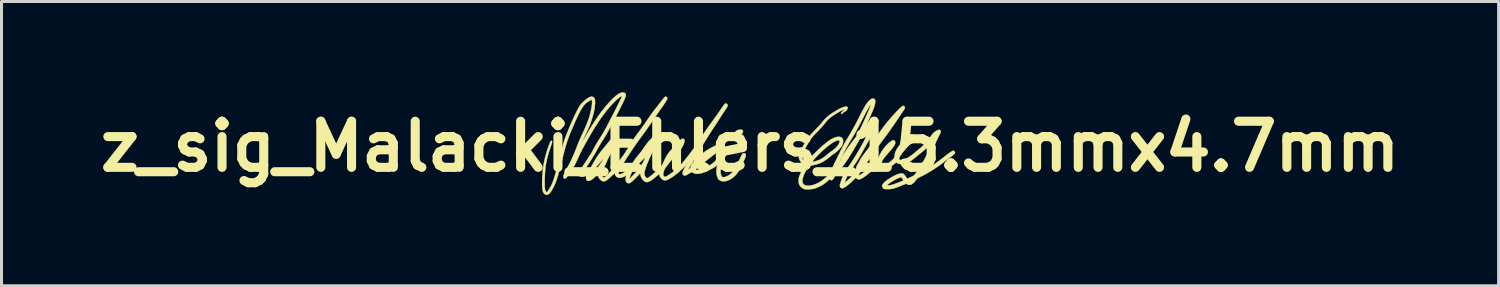
<source format=kicad_pcb>
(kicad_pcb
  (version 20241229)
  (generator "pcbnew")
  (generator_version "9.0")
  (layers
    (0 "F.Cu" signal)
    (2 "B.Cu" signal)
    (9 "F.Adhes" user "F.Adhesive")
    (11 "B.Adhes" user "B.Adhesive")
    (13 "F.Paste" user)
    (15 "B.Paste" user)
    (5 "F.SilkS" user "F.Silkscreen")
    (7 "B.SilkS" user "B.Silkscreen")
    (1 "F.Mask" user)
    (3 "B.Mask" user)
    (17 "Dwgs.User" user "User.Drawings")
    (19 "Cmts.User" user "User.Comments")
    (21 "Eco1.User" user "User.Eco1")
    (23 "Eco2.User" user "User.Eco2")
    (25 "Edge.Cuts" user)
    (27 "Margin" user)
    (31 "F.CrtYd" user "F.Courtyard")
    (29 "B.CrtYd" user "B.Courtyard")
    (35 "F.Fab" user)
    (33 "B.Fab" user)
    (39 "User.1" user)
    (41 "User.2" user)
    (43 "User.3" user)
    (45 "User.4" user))
  (footprint "z_sig_Malacki_Ehlers_15.3mmx4.7mm"
    (layer "F.Cu")
    (at 21.742 1.792)
    (property "Reference" "z_sig_Malacki_Ehlers_15.3mmx4.7mm" (at 0 0 0) (layer "F.SilkS") (effects (font (size 1.524 1.524) (thickness 0.3))))
    (attr through_hole)
    (fp_poly (pts (xy -0.265 -0.551) (xy -0.237 -0.529) (xy -0.231 -0.492) (xy -0.234 -0.475) (xy -0.251 -0.439) (xy -0.277 -0.412) (xy -0.308 -0.396) (xy -0.337 -0.393) (xy -0.359 -0.406) (xy -0.365 -0.42) (xy -0.375 -0.438) (xy -0.397 -0.44) (xy -0.406 -0.438) (xy -0.438 -0.44) (xy -0.466 -0.454) (xy -0.482 -0.475) (xy -0.482 -0.48) (xy -0.47 -0.506) (xy -0.438 -0.529) (xy -0.393 -0.547) (xy -0.34 -0.557) (xy -0.312 -0.559) (xy -0.265 -0.551)) (stroke (width 0.01) (type solid)) (fill yes) (layer "F.SilkS"))
    (fp_poly (pts (xy 4.105 -1.576) (xy 4.119 -1.564) (xy 4.136 -1.528) (xy 4.139 -1.474) (xy 4.13 -1.404) (xy 4.109 -1.322) (xy 4.104 -1.307) (xy 4.088 -1.265) (xy 4.064 -1.204) (xy 4.033 -1.13) (xy 3.998 -1.048) (xy 3.96 -0.961) (xy 3.922 -0.875) (xy 3.886 -0.795) (xy 3.854 -0.725) (xy 3.828 -0.67) (xy 3.821 -0.658) (xy 3.807 -0.626) (xy 3.8 -0.606) (xy 3.801 -0.602) (xy 3.814 -0.604) (xy 3.844 -0.614) (xy 3.885 -0.629) (xy 3.885 -0.629) (xy 3.929 -0.646) (xy 3.956 -0.654) (xy 3.975 -0.652) (xy 3.993 -0.643) (xy 3.995 -0.642) (xy 4.025 -0.608) (xy 4.038 -0.557) (xy 4.037 -0.491) (xy 4.019 -0.413) (xy 3.988 -0.324) (xy 3.942 -0.228) (xy 3.915 -0.181) (xy 3.89 -0.139) (xy 3.857 -0.081) (xy 3.82 -0.013) (xy 3.781 0.057) (xy 3.767 0.083) (xy 3.699 0.205) (xy 3.64 0.309) (xy 3.587 0.4) (xy 3.535 0.483) (xy 3.483 0.563) (xy 3.427 0.645) (xy 3.397 0.688) (xy 3.344 0.763) (xy 3.303 0.822) (xy 3.271 0.87) (xy 3.246 0.911) (xy 3.225 0.951) (xy 3.205 0.995) (xy 3.184 1.046) (xy 3.158 1.11) (xy 3.148 1.134) (xy 3.124 1.196) (xy 3.202 1.135) (xy 3.301 1.048) (xy 3.382 0.962) (xy 3.443 0.877) (xy 3.481 0.796) (xy 3.486 0.781) (xy 3.505 0.726) (xy 3.533 0.657) (xy 3.569 0.58) (xy 3.607 0.501) (xy 3.646 0.428) (xy 3.682 0.368) (xy 3.704 0.334) (xy 3.728 0.301) (xy 3.764 0.254) (xy 3.808 0.196) (xy 3.856 0.133) (xy 3.889 0.089) (xy 3.938 0.024) (xy 3.997 -0.057) (xy 4.06 -0.147) (xy 4.123 -0.239) (xy 4.182 -0.326) (xy 4.195 -0.346) (xy 4.339 -0.552) (xy 4.493 -0.755) (xy 4.561 -0.838) (xy 4.634 -0.923) (xy 4.706 -1.006) (xy 4.778 -1.085) (xy 4.846 -1.157) (xy 4.908 -1.221) (xy 4.962 -1.274) (xy 5.006 -1.314) (xy 5.038 -1.339) (xy 5.054 -1.346) (xy 5.082 -1.339) (xy 5.095 -1.33) (xy 5.114 -1.31) (xy 5.121 -1.287) (xy 5.114 -1.258) (xy 5.092 -1.217) (xy 5.061 -1.172) (xy 5.028 -1.125) (xy 4.987 -1.063) (xy 4.941 -0.994) (xy 4.895 -0.925) (xy 4.88 -0.904) (xy 4.796 -0.777) (xy 4.702 -0.642) (xy 4.606 -0.506) (xy 4.511 -0.375) (xy 4.423 -0.258) (xy 4.411 -0.241) (xy 4.36 -0.174) (xy 4.304 -0.095) (xy 4.249 -0.018) (xy 4.215 0.032) (xy 4.179 0.085) (xy 4.137 0.146) (xy 4.088 0.216) (xy 4.031 0.298) (xy 3.965 0.393) (xy 3.887 0.502) (xy 3.797 0.63) (xy 3.714 0.747) (xy 3.663 0.821) (xy 3.626 0.877) (xy 3.604 0.916) (xy 3.594 0.94) (xy 3.597 0.951) (xy 3.602 0.953) (xy 3.622 0.945) (xy 3.656 0.925) (xy 3.701 0.895) (xy 3.751 0.86) (xy 3.802 0.821) (xy 3.835 0.794) (xy 3.889 0.749) (xy 3.948 0.701) (xy 4.001 0.659) (xy 4.012 0.649) (xy 4.099 0.572) (xy 4.171 0.492) (xy 4.224 0.414) (xy 4.255 0.349) (xy 4.279 0.29) (xy 4.317 0.219) (xy 4.364 0.143) (xy 4.416 0.069) (xy 4.468 0.001) (xy 4.499 -0.034) (xy 4.547 -0.081) (xy 4.599 -0.127) (xy 4.65 -0.167) (xy 4.693 -0.196) (xy 4.717 -0.208) (xy 4.751 -0.209) (xy 4.779 -0.19) (xy 4.798 -0.156) (xy 4.801 -0.133) (xy 4.795 -0.091) (xy 4.777 -0.045) (xy 4.745 0.007) (xy 4.696 0.069) (xy 4.665 0.105) (xy 4.582 0.201) (xy 4.515 0.279) (xy 4.462 0.343) (xy 4.422 0.394) (xy 4.393 0.433) (xy 4.375 0.464) (xy 4.365 0.487) (xy 4.362 0.495) (xy 4.355 0.533) (xy 4.349 0.564) (xy 4.349 0.565) (xy 4.346 0.594) (xy 4.357 0.61) (xy 4.384 0.612) (xy 4.43 0.603) (xy 4.452 0.596) (xy 4.56 0.553) (xy 4.653 0.492) (xy 4.718 0.429) (xy 4.751 0.389) (xy 4.769 0.358) (xy 4.775 0.328) (xy 4.775 0.318) (xy 4.785 0.242) (xy 4.813 0.159) (xy 4.856 0.074) (xy 4.871 0.051) (xy 4.925 -0.024) (xy 4.985 -0.096) (xy 5.049 -0.163) (xy 5.113 -0.221) (xy 5.173 -0.268) (xy 5.226 -0.301) (xy 5.27 -0.317) (xy 5.28 -0.317) (xy 5.32 -0.307) (xy 5.347 -0.278) (xy 5.356 -0.237) (xy 5.354 -0.219) (xy 5.342 -0.193) (xy 5.316 -0.152) (xy 5.279 -0.097) (xy 5.231 -0.033) (xy 5.177 0.038) (xy 5.117 0.112) (xy 5.08 0.157) (xy 5.017 0.235) (xy 4.971 0.303) (xy 4.94 0.358) (xy 4.928 0.399) (xy 4.93 0.418) (xy 4.938 0.434) (xy 4.952 0.443) (xy 4.978 0.444) (xy 5.013 0.442) (xy 5.09 0.427) (xy 5.173 0.394) (xy 5.264 0.341) (xy 5.367 0.267) (xy 5.423 0.222) (xy 5.481 0.173) (xy 5.54 0.124) (xy 5.592 0.081) (xy 5.631 0.048) (xy 5.639 0.042) (xy 5.701 -0.014) (xy 5.77 -0.085) (xy 5.841 -0.165) (xy 5.908 -0.246) (xy 5.964 -0.323) (xy 5.974 -0.337) (xy 6.023 -0.405) (xy 6.069 -0.456) (xy 6.12 -0.496) (xy 6.181 -0.532) (xy 6.184 -0.533) (xy 6.223 -0.55) (xy 6.25 -0.553) (xy 6.268 -0.548) (xy 6.294 -0.53) (xy 6.305 -0.505) (xy 6.3 -0.468) (xy 6.279 -0.417) (xy 6.266 -0.391) (xy 6.222 -0.306) (xy 6.189 -0.238) (xy 6.162 -0.18) (xy 6.139 -0.126) (xy 6.118 -0.069) (xy 6.111 -0.048) (xy 6.05 0.114) (xy 5.984 0.272) (xy 5.916 0.421) (xy 5.847 0.556) (xy 5.779 0.673) (xy 5.744 0.727) (xy 5.717 0.769) (xy 5.697 0.803) (xy 5.687 0.822) (xy 5.687 0.826) (xy 5.701 0.819) (xy 5.733 0.803) (xy 5.778 0.778) (xy 5.833 0.746) (xy 5.855 0.733) (xy 6.065 0.602) (xy 6.279 0.45) (xy 6.4 0.356) (xy 6.497 0.28) (xy 6.578 0.22) (xy 6.641 0.176) (xy 6.687 0.149) (xy 6.715 0.14) (xy 6.716 0.14) (xy 6.742 0.15) (xy 6.764 0.171) (xy 6.777 0.197) (xy 6.775 0.216) (xy 6.765 0.234) (xy 6.746 0.254) (xy 6.712 0.285) (xy 6.668 0.319) (xy 6.646 0.336) (xy 6.593 0.374) (xy 6.53 0.422) (xy 6.465 0.472) (xy 6.426 0.502) (xy 6.247 0.636) (xy 6.06 0.762) (xy 5.871 0.877) (xy 5.686 0.976) (xy 5.618 1.008) (xy 5.563 1.036) (xy 5.526 1.059) (xy 5.502 1.083) (xy 5.489 1.103) (xy 5.451 1.156) (xy 5.398 1.209) (xy 5.347 1.249) (xy 5.312 1.264) (xy 5.269 1.269) (xy 5.228 1.267) (xy 5.198 1.255) (xy 5.194 1.251) (xy 5.175 1.235) (xy 5.165 1.232) (xy 5.149 1.236) (xy 5.115 1.249) (xy 5.066 1.268) (xy 5.008 1.291) (xy 4.992 1.297) (xy 4.9 1.335) (xy 4.825 1.363) (xy 4.764 1.383) (xy 4.711 1.396) (xy 4.662 1.404) (xy 4.611 1.408) (xy 4.554 1.41) (xy 4.552 1.41) (xy 4.493 1.409) (xy 4.453 1.407) (xy 4.428 1.402) (xy 4.411 1.394) (xy 4.398 1.381) (xy 4.371 1.342) (xy 4.364 1.306) (xy 4.374 1.275) (xy 4.54 1.275) (xy 4.549 1.281) (xy 4.577 1.283) (xy 4.586 1.283) (xy 4.63 1.279) (xy 4.683 1.268) (xy 4.718 1.259) (xy 4.754 1.247) (xy 4.803 1.229) (xy 4.859 1.208) (xy 4.917 1.186) (xy 4.972 1.164) (xy 5.018 1.145) (xy 5.052 1.131) (xy 5.066 1.123) (xy 5.063 1.111) (xy 5.048 1.084) (xy 5.036 1.066) (xy 5.017 1.04) (xy 4.999 1.025) (xy 4.976 1.021) (xy 4.943 1.029) (xy 4.897 1.048) (xy 4.856 1.066) (xy 4.812 1.089) (xy 4.759 1.119) (xy 4.702 1.153) (xy 4.647 1.189) (xy 4.599 1.222) (xy 4.563 1.248) (xy 4.547 1.263) (xy 4.54 1.275) (xy 4.374 1.275) (xy 4.378 1.264) (xy 4.381 1.259) (xy 4.406 1.219) (xy 4.443 1.179) (xy 4.495 1.135) (xy 4.565 1.085) (xy 4.61 1.056) (xy 4.717 0.992) (xy 4.814 0.943) (xy 4.901 0.909) (xy 4.974 0.891) (xy 5.033 0.89) (xy 5.065 0.9) (xy 5.086 0.918) (xy 5.114 0.95) (xy 5.143 0.99) (xy 5.143 0.99) (xy 5.194 1.065) (xy 5.307 1.014) (xy 5.364 0.985) (xy 5.411 0.958) (xy 5.44 0.934) (xy 5.445 0.929) (xy 5.574 0.745) (xy 5.685 0.568) (xy 5.781 0.394) (xy 5.865 0.217) (xy 5.915 0.095) (xy 5.946 0.015) (xy 5.968 -0.045) (xy 5.982 -0.084) (xy 5.987 -0.105) (xy 5.983 -0.11) (xy 5.972 -0.102) (xy 5.952 -0.081) (xy 5.93 -0.057) (xy 5.868 0.011) (xy 5.804 0.076) (xy 5.744 0.133) (xy 5.693 0.177) (xy 5.678 0.188) (xy 5.649 0.211) (xy 5.607 0.244) (xy 5.558 0.284) (xy 5.526 0.311) (xy 5.457 0.369) (xy 5.402 0.413) (xy 5.358 0.446) (xy 5.32 0.472) (xy 5.284 0.493) (xy 5.245 0.512) (xy 5.207 0.529) (xy 5.15 0.553) (xy 5.105 0.568) (xy 5.062 0.575) (xy 5.013 0.577) (xy 5.002 0.577) (xy 4.948 0.576) (xy 4.911 0.572) (xy 4.884 0.561) (xy 4.866 0.55) (xy 4.84 0.532) (xy 4.825 0.53) (xy 4.812 0.542) (xy 4.811 0.542) (xy 4.777 0.575) (xy 4.725 0.612) (xy 4.664 0.65) (xy 4.6 0.684) (xy 4.54 0.71) (xy 4.523 0.716) (xy 4.44 0.741) (xy 4.376 0.754) (xy 4.327 0.756) (xy 4.291 0.746) (xy 4.262 0.723) (xy 4.241 0.694) (xy 4.216 0.651) (xy 4.175 0.689) (xy 4.138 0.721) (xy 4.096 0.756) (xy 4.082 0.767) (xy 4.051 0.791) (xy 4.006 0.826) (xy 3.955 0.867) (xy 3.91 0.903) (xy 3.822 0.972) (xy 3.744 1.026) (xy 3.679 1.065) (xy 3.629 1.087) (xy 3.602 1.092) (xy 3.567 1.085) (xy 3.531 1.067) (xy 3.528 1.065) (xy 3.49 1.038) (xy 3.399 1.128) (xy 3.323 1.2) (xy 3.25 1.263) (xy 3.182 1.315) (xy 3.123 1.354) (xy 3.075 1.378) (xy 3.046 1.384) (xy 3.008 1.373) (xy 2.98 1.344) (xy 2.966 1.303) (xy 2.967 1.278) (xy 2.977 1.237) (xy 2.996 1.178) (xy 3.02 1.11) (xy 3.047 1.037) (xy 3.076 0.967) (xy 3.103 0.906) (xy 3.112 0.888) (xy 3.137 0.842) (xy 3.173 0.783) (xy 3.216 0.717) (xy 3.262 0.651) (xy 3.277 0.63) (xy 3.327 0.558) (xy 3.382 0.475) (xy 3.439 0.384) (xy 3.499 0.288) (xy 3.559 0.188) (xy 3.617 0.087) (xy 3.674 -0.013) (xy 3.728 -0.11) (xy 3.776 -0.2) (xy 3.819 -0.283) (xy 3.854 -0.355) (xy 3.881 -0.415) (xy 3.899 -0.46) (xy 3.905 -0.487) (xy 3.9 -0.495) (xy 3.884 -0.488) (xy 3.854 -0.467) (xy 3.816 -0.438) (xy 3.774 -0.405) (xy 3.734 -0.372) (xy 3.701 -0.342) (xy 3.687 -0.328) (xy 3.667 -0.302) (xy 3.637 -0.258) (xy 3.603 -0.203) (xy 3.567 -0.142) (xy 3.558 -0.125) (xy 3.436 0.088) (xy 3.322 0.277) (xy 3.216 0.443) (xy 3.117 0.585) (xy 3.027 0.703) (xy 2.961 0.779) (xy 2.88 0.873) (xy 2.819 0.96) (xy 2.796 1.002) (xy 2.76 1.063) (xy 2.729 1.101) (xy 2.7 1.117) (xy 2.672 1.112) (xy 2.656 1.1) (xy 2.644 1.092) (xy 2.631 1.092) (xy 2.611 1.103) (xy 2.581 1.127) (xy 2.552 1.152) (xy 2.461 1.226) (xy 2.371 1.285) (xy 2.274 1.335) (xy 2.16 1.381) (xy 2.146 1.386) (xy 2.098 1.399) (xy 2.035 1.409) (xy 1.967 1.416) (xy 1.9 1.419) (xy 1.842 1.417) (xy 1.8 1.411) (xy 1.799 1.41) (xy 1.742 1.383) (xy 1.687 1.342) (xy 1.644 1.296) (xy 1.637 1.284) (xy 1.613 1.224) (xy 1.603 1.149) (xy 1.606 1.069) (xy 1.619 1.01) (xy 1.635 0.965) (xy 1.66 0.905) (xy 1.691 0.837) (xy 1.725 0.767) (xy 1.759 0.704) (xy 1.788 0.654) (xy 1.812 0.616) (xy 1.75 0.574) (xy 1.682 0.515) (xy 1.636 0.445) (xy 1.613 0.367) (xy 1.615 0.281) (xy 1.619 0.259) (xy 1.631 0.226) (xy 1.654 0.175) (xy 1.686 0.111) (xy 1.724 0.038) (xy 1.768 -0.04) (xy 1.813 -0.119) (xy 1.859 -0.194) (xy 1.903 -0.263) (xy 1.909 -0.273) (xy 1.934 -0.306) (xy 1.973 -0.352) (xy 2.023 -0.408) (xy 2.079 -0.47) (xy 2.139 -0.532) (xy 2.146 -0.54) (xy 2.206 -0.602) (xy 2.263 -0.663) (xy 2.314 -0.718) (xy 2.355 -0.765) (xy 2.382 -0.797) (xy 2.384 -0.8) (xy 2.459 -0.894) (xy 2.545 -0.977) (xy 2.645 -1.057) (xy 2.743 -1.122) (xy 2.85 -1.187) (xy 2.94 -1.237) (xy 3.014 -1.275) (xy 3.076 -1.3) (xy 3.128 -1.314) (xy 3.145 -1.316) (xy 3.185 -1.32) (xy 3.208 -1.316) (xy 3.221 -1.305) (xy 3.224 -1.3) (xy 3.228 -1.268) (xy 3.215 -1.23) (xy 3.189 -1.194) (xy 3.158 -1.169) (xy 3.125 -1.149) (xy 3.086 -1.119) (xy 3.072 -1.107) (xy 3.042 -1.084) (xy 3.018 -1.073) (xy 3.01 -1.073) (xy 3.006 -1.089) (xy 3.017 -1.115) (xy 3.041 -1.148) (xy 3.074 -1.181) (xy 3.092 -1.195) (xy 3.122 -1.219) (xy 3.132 -1.231) (xy 3.126 -1.233) (xy 3.104 -1.226) (xy 3.07 -1.21) (xy 3.025 -1.188) (xy 2.972 -1.16) (xy 2.914 -1.127) (xy 2.853 -1.09) (xy 2.791 -1.051) (xy 2.785 -1.047) (xy 2.703 -0.991) (xy 2.637 -0.941) (xy 2.581 -0.891) (xy 2.527 -0.832) (xy 2.469 -0.761) (xy 2.455 -0.743) (xy 2.42 -0.7) (xy 2.372 -0.645) (xy 2.315 -0.582) (xy 2.254 -0.517) (xy 2.201 -0.463) (xy 2.136 -0.396) (xy 2.086 -0.342) (xy 2.045 -0.294) (xy 2.01 -0.248) (xy 1.977 -0.199) (xy 1.941 -0.141) (xy 1.928 -0.12) (xy 1.887 -0.05) (xy 1.845 0.024) (xy 1.806 0.094) (xy 1.775 0.151) (xy 1.771 0.159) (xy 1.744 0.213) (xy 1.727 0.252) (xy 1.718 0.282) (xy 1.716 0.312) (xy 1.717 0.34) (xy 1.725 0.387) (xy 1.74 0.421) (xy 1.765 0.451) (xy 1.798 0.48) (xy 1.832 0.502) (xy 1.842 0.506) (xy 1.859 0.511) (xy 1.875 0.508) (xy 1.887 0.498) (xy 2.058 0.498) (xy 2.059 0.505) (xy 2.068 0.507) (xy 2.089 0.504) (xy 2.126 0.494) (xy 2.17 0.482) (xy 2.244 0.459) (xy 2.31 0.433) (xy 2.372 0.399) (xy 2.437 0.356) (xy 2.511 0.3) (xy 2.568 0.252) (xy 2.617 0.211) (xy 2.67 0.171) (xy 2.714 0.139) (xy 2.72 0.136) (xy 2.794 0.08) (xy 2.858 0.019) (xy 2.909 -0.044) (xy 2.944 -0.106) (xy 2.959 -0.161) (xy 2.959 -0.171) (xy 2.956 -0.193) (xy 2.941 -0.202) (xy 2.915 -0.203) (xy 2.866 -0.194) (xy 2.802 -0.166) (xy 2.727 -0.123) (xy 2.643 -0.065) (xy 2.551 0.005) (xy 2.455 0.087) (xy 2.356 0.177) (xy 2.256 0.275) (xy 2.175 0.361) (xy 2.132 0.408) (xy 2.096 0.449) (xy 2.071 0.48) (xy 2.058 0.497) (xy 2.058 0.498) (xy 1.887 0.498) (xy 1.893 0.494) (xy 1.918 0.467) (xy 1.951 0.428) (xy 2.034 0.331) (xy 2.129 0.23) (xy 2.232 0.128) (xy 2.337 0.029) (xy 2.441 -0.063) (xy 2.538 -0.142) (xy 2.62 -0.202) (xy 2.71 -0.256) (xy 2.796 -0.295) (xy 2.875 -0.317) (xy 2.945 -0.322) (xy 3.002 -0.31) (xy 3.046 -0.281) (xy 3.062 -0.257) (xy 3.076 -0.209) (xy 3.077 -0.149) (xy 3.064 -0.085) (xy 3.051 -0.047) (xy 3.021 0.002) (xy 2.976 0.06) (xy 2.921 0.119) (xy 2.861 0.174) (xy 2.802 0.22) (xy 2.795 0.224) (xy 2.746 0.259) (xy 2.692 0.299) (xy 2.654 0.33) (xy 2.54 0.421) (xy 2.433 0.492) (xy 2.328 0.546) (xy 2.219 0.586) (xy 2.101 0.615) (xy 2.013 0.628) (xy 1.978 0.634) (xy 1.954 0.644) (xy 1.933 0.664) (xy 1.909 0.698) (xy 1.902 0.709) (xy 1.841 0.813) (xy 1.792 0.912) (xy 1.756 1.004) (xy 1.735 1.086) (xy 1.73 1.155) (xy 1.74 1.206) (xy 1.771 1.251) (xy 1.821 1.281) (xy 1.886 1.296) (xy 1.964 1.295) (xy 2.053 1.279) (xy 2.15 1.249) (xy 2.254 1.203) (xy 2.263 1.198) (xy 2.318 1.166) (xy 2.379 1.125) (xy 2.441 1.077) (xy 2.502 1.027) (xy 2.557 0.978) (xy 2.602 0.932) (xy 2.634 0.894) (xy 2.647 0.869) (xy 2.655 0.848) (xy 2.673 0.808) (xy 2.698 0.752) (xy 2.729 0.686) (xy 2.763 0.616) (xy 2.896 0.616) (xy 2.902 0.622) (xy 2.908 0.616) (xy 2.902 0.61) (xy 2.896 0.616) (xy 2.763 0.616) (xy 2.765 0.612) (xy 2.775 0.591) (xy 2.908 0.591) (xy 2.915 0.597) (xy 2.921 0.591) (xy 2.915 0.584) (xy 2.908 0.591) (xy 2.775 0.591) (xy 2.781 0.579) (xy 2.785 0.571) (xy 2.924 0.571) (xy 2.926 0.572) (xy 2.937 0.563) (xy 2.94 0.559) (xy 2.943 0.547) (xy 2.942 0.546) (xy 2.93 0.555) (xy 2.927 0.559) (xy 2.924 0.571) (xy 2.785 0.571) (xy 2.806 0.527) (xy 2.946 0.527) (xy 2.953 0.533) (xy 2.959 0.527) (xy 2.953 0.521) (xy 2.946 0.527) (xy 2.806 0.527) (xy 2.819 0.502) (xy 2.959 0.502) (xy 2.965 0.508) (xy 2.972 0.502) (xy 2.965 0.495) (xy 2.959 0.502) (xy 2.819 0.502) (xy 2.824 0.49) (xy 2.831 0.476) (xy 2.973 0.476) (xy 2.978 0.474) (xy 2.992 0.453) (xy 3.004 0.432) (xy 3.021 0.397) (xy 3.032 0.37) (xy 3.034 0.362) (xy 3.029 0.365) (xy 3.016 0.385) (xy 3.004 0.406) (xy 2.986 0.442) (xy 2.975 0.468) (xy 2.973 0.476) (xy 2.831 0.476) (xy 2.871 0.394) (xy 2.899 0.337) (xy 3.035 0.337) (xy 3.042 0.343) (xy 3.048 0.337) (xy 3.042 0.33) (xy 3.035 0.337) (xy 2.899 0.337) (xy 2.909 0.316) (xy 3.056 0.316) (xy 3.064 0.307) (xy 3.081 0.276) (xy 3.088 0.264) (xy 3.107 0.229) (xy 3.14 0.179) (xy 3.181 0.117) (xy 3.229 0.047) (xy 3.281 -0.026) (xy 3.333 -0.098) (xy 3.383 -0.165) (xy 3.427 -0.223) (xy 3.451 -0.253) (xy 3.481 -0.291) (xy 3.511 -0.335) (xy 3.543 -0.388) (xy 3.578 -0.451) (xy 3.617 -0.527) (xy 3.661 -0.617) (xy 3.712 -0.726) (xy 3.771 -0.854) (xy 3.813 -0.946) (xy 3.869 -1.072) (xy 3.913 -1.175) (xy 3.947 -1.256) (xy 3.97 -1.315) (xy 3.982 -1.352) (xy 3.983 -1.368) (xy 3.983 -1.368) (xy 3.973 -1.364) (xy 3.954 -1.339) (xy 3.926 -1.294) (xy 3.888 -1.228) (xy 3.84 -1.141) (xy 3.782 -1.031) (xy 3.713 -0.899) (xy 3.702 -0.877) (xy 3.652 -0.779) (xy 3.6 -0.682) (xy 3.55 -0.589) (xy 3.504 -0.504) (xy 3.464 -0.433) (xy 3.433 -0.378) (xy 3.423 -0.362) (xy 3.362 -0.262) (xy 3.301 -0.161) (xy 3.243 -0.062) (xy 3.191 0.031) (xy 3.146 0.114) (xy 3.11 0.183) (xy 3.09 0.225) (xy 3.069 0.274) (xy 3.058 0.305) (xy 3.056 0.316) (xy 2.909 0.316) (xy 2.917 0.3) (xy 2.959 0.213) (xy 2.993 0.142) (xy 2.994 0.14) (xy 3.026 0.076) (xy 3.068 -0.003) (xy 3.118 -0.093) (xy 3.172 -0.188) (xy 3.227 -0.282) (xy 3.263 -0.343) (xy 3.319 -0.437) (xy 3.377 -0.538) (xy 3.434 -0.64) (xy 3.487 -0.736) (xy 3.532 -0.821) (xy 3.553 -0.864) (xy 3.625 -1.007) (xy 3.687 -1.13) (xy 3.743 -1.233) (xy 3.792 -1.319) (xy 3.836 -1.389) (xy 3.837 -1.391) (xy 3.988 -1.391) (xy 3.994 -1.384) (xy 4 -1.391) (xy 3.994 -1.397) (xy 3.988 -1.391) (xy 3.837 -1.391) (xy 3.877 -1.447) (xy 3.915 -1.494) (xy 3.952 -1.532) (xy 3.972 -1.549) (xy 4.02 -1.578) (xy 4.066 -1.587) (xy 4.105 -1.576)) (stroke (width 0.01) (type solid)) (fill yes) (layer "F.SilkS"))
    (fp_poly (pts (xy -4.168 -1.783) (xy -4.137 -1.766) (xy -4.121 -1.751) (xy -4.11 -1.734) (xy -4.105 -1.714) (xy -4.106 -1.687) (xy -4.114 -1.652) (xy -4.13 -1.606) (xy -4.154 -1.548) (xy -4.188 -1.476) (xy -4.231 -1.387) (xy -4.285 -1.279) (xy -4.335 -1.181) (xy -4.431 -0.992) (xy -4.519 -0.824) (xy -4.597 -0.676) (xy -4.667 -0.546) (xy -4.731 -0.433) (xy -4.788 -0.334) (xy -4.84 -0.249) (xy -4.872 -0.2) (xy -4.92 -0.125) (xy -4.972 -0.038) (xy -5.024 0.051) (xy -5.07 0.133) (xy -5.075 0.143) (xy -5.113 0.212) (xy -5.161 0.295) (xy -5.216 0.384) (xy -5.272 0.474) (xy -5.326 0.557) (xy -5.327 0.559) (xy -5.374 0.63) (xy -5.417 0.696) (xy -5.454 0.754) (xy -5.483 0.8) (xy -5.501 0.83) (xy -5.505 0.836) (xy -5.526 0.879) (xy -5.497 0.87) (xy -5.472 0.859) (xy -5.435 0.838) (xy -5.391 0.81) (xy -5.382 0.804) (xy -5.321 0.758) (xy -5.279 0.713) (xy -5.261 0.685) (xy -5.202 0.581) (xy -5.152 0.495) (xy -5.11 0.423) (xy -5.072 0.362) (xy -5.036 0.307) (xy -4.999 0.255) (xy -4.959 0.202) (xy -4.913 0.144) (xy -4.858 0.076) (xy -4.825 0.036) (xy -4.771 -0.029) (xy -4.715 -0.098) (xy -4.661 -0.164) (xy -4.617 -0.219) (xy -4.604 -0.234) (xy -4.555 -0.292) (xy -4.516 -0.33) (xy -4.485 -0.349) (xy -4.459 -0.352) (xy -4.435 -0.339) (xy -4.432 -0.336) (xy -4.413 -0.315) (xy -4.409 -0.291) (xy -4.418 -0.259) (xy -4.435 -0.225) (xy -4.452 -0.181) (xy -4.466 -0.127) (xy -4.472 -0.096) (xy -4.477 -0.066) (xy -4.487 -0.031) (xy -4.503 0.012) (xy -4.527 0.066) (xy -4.559 0.135) (xy -4.601 0.221) (xy -4.621 0.26) (xy -4.691 0.403) (xy -4.749 0.526) (xy -4.796 0.631) (xy -4.832 0.719) (xy -4.859 0.792) (xy -4.875 0.852) (xy -4.884 0.901) (xy -4.884 0.906) (xy -4.885 0.967) (xy -4.873 1.007) (xy -4.85 1.025) (xy -4.821 1.024) (xy -4.796 1.01) (xy -4.758 0.979) (xy -4.71 0.933) (xy -4.654 0.875) (xy -4.638 0.857) (xy -4.47 0.857) (xy -4.464 0.864) (xy -4.458 0.857) (xy -4.464 0.851) (xy -4.47 0.857) (xy -4.638 0.857) (xy -4.593 0.808) (xy -4.529 0.736) (xy -4.466 0.659) (xy -4.412 0.591) (xy -4.339 0.495) (xy -4.279 0.416) (xy -4.229 0.349) (xy -4.187 0.29) (xy -4.149 0.236) (xy -4.114 0.182) (xy -4.078 0.125) (xy -4.038 0.06) (xy -4.012 0.017) (xy -3.96 -0.069) (xy -3.918 -0.138) (xy -3.881 -0.196) (xy -3.848 -0.248) (xy -3.813 -0.298) (xy -3.774 -0.351) (xy -3.728 -0.414) (xy -3.674 -0.486) (xy -3.621 -0.557) (xy -3.561 -0.642) (xy -3.497 -0.731) (xy -3.437 -0.819) (xy -3.4 -0.874) (xy -3.343 -0.956) (xy -3.279 -1.047) (xy -3.211 -1.139) (xy -3.148 -1.223) (xy -3.112 -1.27) (xy -3.058 -1.337) (xy -3.005 -1.406) (xy -2.955 -1.47) (xy -2.913 -1.524) (xy -2.892 -1.553) (xy -2.851 -1.603) (xy -2.819 -1.636) (xy -2.797 -1.651) (xy -2.794 -1.651) (xy -2.762 -1.64) (xy -2.738 -1.614) (xy -2.731 -1.588) (xy -2.738 -1.568) (xy -2.757 -1.531) (xy -2.788 -1.48) (xy -2.826 -1.419) (xy -2.871 -1.352) (xy -2.92 -1.282) (xy -2.97 -1.213) (xy -2.98 -1.198) (xy -3.008 -1.159) (xy -3.047 -1.103) (xy -3.094 -1.035) (xy -3.147 -0.959) (xy -3.201 -0.878) (xy -3.236 -0.827) (xy -3.299 -0.734) (xy -3.371 -0.631) (xy -3.446 -0.524) (xy -3.519 -0.423) (xy -3.585 -0.333) (xy -3.6 -0.313) (xy -3.686 -0.195) (xy -3.781 -0.061) (xy -3.879 0.083) (xy -3.978 0.23) (xy -4.072 0.374) (xy -4.157 0.508) (xy -4.204 0.586) (xy -4.249 0.664) (xy -4.288 0.738) (xy -4.317 0.803) (xy -4.337 0.856) (xy -4.343 0.891) (xy -4.334 0.91) (xy -4.306 0.915) (xy -4.265 0.907) (xy -4.213 0.885) (xy -4.179 0.867) (xy -4.083 0.798) (xy -3.995 0.71) (xy -3.918 0.607) (xy -3.892 0.565) (xy -3.864 0.517) (xy -3.834 0.469) (xy -3.798 0.419) (xy -3.755 0.361) (xy -3.7 0.292) (xy -3.632 0.208) (xy -3.631 0.207) (xy -3.595 0.16) (xy -3.551 0.1) (xy -3.505 0.036) (xy -3.473 -0.013) (xy -3.424 -0.082) (xy -3.368 -0.151) (xy -3.309 -0.218) (xy -3.25 -0.277) (xy -3.197 -0.324) (xy -3.153 -0.356) (xy -3.143 -0.361) (xy -3.088 -0.379) (xy -3.044 -0.375) (xy -3.018 -0.358) (xy -3.002 -0.334) (xy -2.999 -0.308) (xy -3.01 -0.273) (xy -3.021 -0.248) (xy -3.04 -0.205) (xy -3.059 -0.153) (xy -3.068 -0.127) (xy -3.087 -0.078) (xy -3.113 -0.021) (xy -3.134 0.019) (xy -3.194 0.129) (xy -3.253 0.243) (xy -3.308 0.359) (xy -3.358 0.472) (xy -3.402 0.579) (xy -3.439 0.678) (xy -3.467 0.764) (xy -3.486 0.836) (xy -3.492 0.888) (xy -3.493 0.891) (xy -3.481 0.958) (xy -3.449 1.014) (xy -3.433 1.031) (xy -3.42 1.041) (xy -3.405 1.045) (xy -3.386 1.041) (xy -3.361 1.029) (xy -3.328 1.007) (xy -3.284 0.973) (xy -3.227 0.926) (xy -3.154 0.865) (xy -3.097 0.816) (xy -3.034 0.761) (xy -2.986 0.715) (xy -2.949 0.673) (xy -2.918 0.628) (xy -2.888 0.575) (xy -2.856 0.506) (xy -2.84 0.47) (xy -2.802 0.391) (xy -2.76 0.315) (xy -2.72 0.25) (xy -2.702 0.225) (xy -2.67 0.185) (xy -2.623 0.131) (xy -2.566 0.066) (xy -2.501 -0.005) (xy -2.431 -0.08) (xy -2.362 -0.153) (xy -2.295 -0.222) (xy -2.293 -0.224) (xy -2.253 -0.254) (xy -2.216 -0.26) (xy -2.185 -0.242) (xy -2.168 -0.223) (xy -2.161 -0.203) (xy -2.163 -0.177) (xy -2.173 -0.136) (xy -2.179 -0.116) (xy -2.216 -0.025) (xy -2.274 0.074) (xy -2.356 0.182) (xy -2.46 0.299) (xy -2.478 0.318) (xy -2.532 0.376) (xy -2.59 0.443) (xy -2.649 0.513) (xy -2.705 0.584) (xy -2.755 0.65) (xy -2.795 0.707) (xy -2.824 0.753) (xy -2.834 0.772) (xy -2.857 0.839) (xy -2.868 0.899) (xy -2.865 0.948) (xy -2.851 0.978) (xy -2.827 0.997) (xy -2.809 1.003) (xy -2.784 0.996) (xy -2.743 0.974) (xy -2.69 0.941) (xy -2.629 0.899) (xy -2.562 0.851) (xy -2.495 0.8) (xy -2.429 0.747) (xy -2.38 0.704) (xy -2.342 0.666) (xy -2.291 0.61) (xy -2.268 0.583) (xy -2.092 0.583) (xy -2.091 0.584) (xy -2.079 0.575) (xy -2.076 0.572) (xy -2.073 0.56) (xy -2.075 0.559) (xy -2.087 0.568) (xy -2.089 0.572) (xy -2.092 0.583) (xy -2.268 0.583) (xy -2.231 0.54) (xy -2.163 0.457) (xy -2.091 0.366) (xy -2.015 0.269) (xy -1.94 0.17) (xy -1.866 0.071) (xy -1.797 -0.025) (xy -1.734 -0.113) (xy -1.681 -0.192) (xy -1.642 -0.253) (xy -1.568 -0.373) (xy -1.496 -0.483) (xy -1.421 -0.592) (xy -1.338 -0.708) (xy -1.302 -0.756) (xy -1.249 -0.827) (xy -1.194 -0.903) (xy -1.142 -0.976) (xy -1.096 -1.04) (xy -1.073 -1.073) (xy -1.009 -1.167) (xy -0.957 -1.242) (xy -0.916 -1.301) (xy -0.886 -1.344) (xy -0.863 -1.375) (xy -0.848 -1.396) (xy -0.838 -1.408) (xy -0.832 -1.413) (xy -0.801 -1.422) (xy -0.769 -1.412) (xy -0.745 -1.386) (xy -0.737 -1.354) (xy -0.744 -1.332) (xy -0.763 -1.296) (xy -0.791 -1.249) (xy -0.825 -1.199) (xy -0.869 -1.134) (xy -0.919 -1.058) (xy -0.968 -0.982) (xy -0.999 -0.933) (xy -1.041 -0.867) (xy -1.091 -0.79) (xy -1.142 -0.71) (xy -1.19 -0.639) (xy -1.192 -0.636) (xy -1.281 -0.501) (xy -1.376 -0.352) (xy -1.472 -0.198) (xy -1.564 -0.047) (xy -1.646 0.093) (xy -1.651 0.102) (xy -1.69 0.17) (xy -1.735 0.246) (xy -1.784 0.327) (xy -1.833 0.41) (xy -1.882 0.49) (xy -1.927 0.564) (xy -1.966 0.627) (xy -1.997 0.677) (xy -2.019 0.71) (xy -2.021 0.713) (xy -2.04 0.744) (xy -2.042 0.756) (xy -2.026 0.75) (xy -2.009 0.738) (xy -1.978 0.705) (xy -1.957 0.66) (xy -1.942 0.616) (xy -1.921 0.576) (xy -1.892 0.534) (xy -1.85 0.485) (xy -1.808 0.44) (xy -1.647 0.287) (xy -1.479 0.158) (xy -1.438 0.13) (xy -1.378 0.094) (xy -1.311 0.056) (xy -1.243 0.019) (xy -1.175 -0.015) (xy -1.114 -0.043) (xy -1.063 -0.065) (xy -1.025 -0.078) (xy -1.006 -0.08) (xy -0.97 -0.06) (xy -0.954 -0.031) (xy -0.953 -0.008) (xy -0.962 0.033) (xy -0.992 0.082) (xy -1.042 0.139) (xy -1.113 0.205) (xy -1.207 0.281) (xy -1.246 0.311) (xy -1.313 0.363) (xy -1.38 0.415) (xy -1.442 0.464) (xy -1.493 0.506) (xy -1.518 0.526) (xy -1.571 0.572) (xy -1.634 0.623) (xy -1.693 0.67) (xy -1.704 0.679) (xy -1.745 0.712) (xy -1.776 0.74) (xy -1.794 0.759) (xy -1.796 0.764) (xy -1.775 0.775) (xy -1.735 0.774) (xy -1.68 0.764) (xy -1.612 0.744) (xy -1.535 0.716) (xy -1.453 0.681) (xy -1.397 0.654) (xy -1.287 0.592) (xy -1.199 0.527) (xy -1.126 0.453) (xy -1.073 0.381) (xy -1.037 0.331) (xy -0.995 0.278) (xy -0.95 0.226) (xy -0.906 0.178) (xy -0.865 0.139) (xy -0.833 0.112) (xy -0.812 0.102) (xy -0.811 0.102) (xy -0.769 0.111) (xy -0.743 0.135) (xy -0.737 0.161) (xy -0.743 0.187) (xy -0.76 0.227) (xy -0.785 0.275) (xy -0.8 0.3) (xy -0.871 0.431) (xy -0.922 0.556) (xy -0.957 0.681) (xy -0.971 0.77) (xy -0.974 0.823) (xy -0.97 0.879) (xy -0.961 0.933) (xy -0.947 0.975) (xy -0.931 1) (xy -0.931 1) (xy -0.892 1.014) (xy -0.841 1.01) (xy -0.78 0.991) (xy -0.715 0.958) (xy -0.65 0.913) (xy -0.596 0.865) (xy -0.568 0.836) (xy -0.544 0.805) (xy -0.52 0.77) (xy -0.494 0.726) (xy -0.463 0.668) (xy -0.426 0.592) (xy -0.412 0.563) (xy -0.376 0.49) (xy -0.343 0.421) (xy -0.314 0.36) (xy -0.292 0.313) (xy -0.279 0.285) (xy -0.279 0.284) (xy -0.252 0.242) (xy -0.219 0.22) (xy -0.186 0.219) (xy -0.156 0.238) (xy -0.142 0.261) (xy -0.137 0.294) (xy -0.147 0.341) (xy -0.172 0.405) (xy -0.213 0.487) (xy -0.217 0.495) (xy -0.239 0.538) (xy -0.267 0.594) (xy -0.296 0.656) (xy -0.312 0.69) (xy -0.379 0.818) (xy -0.455 0.925) (xy -0.543 1.012) (xy -0.644 1.082) (xy -0.685 1.105) (xy -0.775 1.14) (xy -0.86 1.155) (xy -0.936 1.147) (xy -1.002 1.119) (xy -1.039 1.089) (xy -1.07 1.041) (xy -1.093 0.975) (xy -1.108 0.897) (xy -1.113 0.811) (xy -1.108 0.725) (xy -1.091 0.645) (xy -1.081 0.609) (xy -1.134 0.655) (xy -1.171 0.682) (xy -1.226 0.715) (xy -1.294 0.751) (xy -1.369 0.788) (xy -1.445 0.823) (xy -1.517 0.854) (xy -1.579 0.876) (xy -1.58 0.877) (xy -1.666 0.898) (xy -1.745 0.906) (xy -1.813 0.9) (xy -1.864 0.88) (xy -1.869 0.877) (xy -1.898 0.857) (xy -1.92 0.847) (xy -1.923 0.847) (xy -1.94 0.853) (xy -1.972 0.87) (xy -2.014 0.894) (xy -2.034 0.906) (xy -2.08 0.933) (xy -2.121 0.953) (xy -2.151 0.964) (xy -2.157 0.965) (xy -2.191 0.954) (xy -2.22 0.927) (xy -2.234 0.893) (xy -2.234 0.886) (xy -2.227 0.849) (xy -2.208 0.798) (xy -2.18 0.739) (xy -2.147 0.678) (xy -2.111 0.622) (xy -2.112 0.619) (xy -2.127 0.632) (xy -2.156 0.659) (xy -2.194 0.697) (xy -2.216 0.719) (xy -2.381 0.87) (xy -2.555 1.001) (xy -2.641 1.055) (xy -2.707 1.091) (xy -2.759 1.113) (xy -2.8 1.122) (xy -2.838 1.119) (xy -2.847 1.117) (xy -2.894 1.094) (xy -2.938 1.056) (xy -2.973 1.01) (xy -2.994 0.963) (xy -2.997 0.94) (xy -3 0.919) (xy -3.003 0.914) (xy -3.015 0.922) (xy -3.042 0.943) (xy -3.081 0.975) (xy -3.127 1.014) (xy -3.14 1.024) (xy -3.221 1.089) (xy -3.289 1.136) (xy -3.347 1.165) (xy -3.396 1.178) (xy -3.441 1.175) (xy -3.484 1.156) (xy -3.51 1.139) (xy -3.547 1.1) (xy -3.582 1.047) (xy -3.61 0.987) (xy -3.624 0.939) (xy -3.633 0.893) (xy -3.788 1.049) (xy -3.853 1.113) (xy -3.904 1.16) (xy -3.944 1.191) (xy -3.977 1.209) (xy -4.005 1.216) (xy -4.031 1.214) (xy -4.05 1.207) (xy -4.087 1.179) (xy -4.109 1.133) (xy -4.115 1.074) (xy -4.111 1.05) (xy -3.985 1.05) (xy -3.981 1.055) (xy -3.968 1.047) (xy -3.943 1.025) (xy -3.903 0.987) (xy -3.894 0.978) (xy -3.842 0.926) (xy -3.787 0.868) (xy -3.738 0.813) (xy -3.721 0.794) (xy -3.674 0.735) (xy -3.624 0.662) (xy -3.575 0.585) (xy -3.53 0.508) (xy -3.495 0.44) (xy -3.48 0.406) (xy -3.474 0.389) (xy -3.472 0.379) (xy -3.478 0.378) (xy -3.492 0.388) (xy -3.517 0.41) (xy -3.555 0.447) (xy -3.608 0.498) (xy -3.653 0.542) (xy -3.718 0.607) (xy -3.768 0.657) (xy -3.805 0.698) (xy -3.834 0.732) (xy -3.857 0.763) (xy -3.876 0.796) (xy -3.896 0.834) (xy -3.911 0.866) (xy -3.938 0.923) (xy -3.96 0.974) (xy -3.976 1.015) (xy -3.983 1.035) (xy -3.985 1.05) (xy -4.111 1.05) (xy -4.103 1.006) (xy -4.096 0.979) (xy -4.095 0.965) (xy -4.096 0.965) (xy -4.108 0.97) (xy -4.137 0.984) (xy -4.163 0.997) (xy -4.241 1.027) (xy -4.311 1.038) (xy -4.372 1.028) (xy -4.419 1) (xy -4.449 0.958) (xy -4.463 0.924) (xy -4.47 0.897) (xy -4.47 0.893) (xy -4.479 0.894) (xy -4.502 0.91) (xy -4.539 0.941) (xy -4.584 0.983) (xy -4.595 0.993) (xy -4.667 1.059) (xy -4.725 1.106) (xy -4.774 1.137) (xy -4.814 1.153) (xy -4.838 1.156) (xy -4.885 1.144) (xy -4.934 1.113) (xy -4.975 1.071) (xy -4.995 1.041) (xy -5.005 1.011) (xy -5.01 0.973) (xy -5.01 0.94) (xy -5.01 0.855) (xy -5.076 0.944) (xy -5.134 1.013) (xy -5.192 1.068) (xy -5.248 1.108) (xy -5.3 1.132) (xy -5.346 1.14) (xy -5.383 1.132) (xy -5.409 1.106) (xy -5.421 1.062) (xy -5.421 1.029) (xy -5.419 0.993) (xy -5.418 0.983) (xy -5.288 0.983) (xy -5.275 0.981) (xy -5.253 0.965) (xy -5.225 0.938) (xy -5.208 0.917) (xy -5.151 0.845) (xy -5.091 0.768) (xy -5.033 0.69) (xy -4.977 0.615) (xy -4.928 0.545) (xy -4.887 0.486) (xy -4.858 0.44) (xy -4.846 0.419) (xy -4.848 0.416) (xy -4.864 0.431) (xy -4.893 0.46) (xy -4.931 0.502) (xy -4.978 0.555) (xy -5.03 0.616) (xy -5.084 0.679) (xy -5.157 0.769) (xy -5.215 0.847) (xy -5.259 0.913) (xy -5.285 0.964) (xy -5.287 0.969) (xy -5.288 0.983) (xy -5.418 0.983) (xy -5.418 0.97) (xy -5.418 0.965) (xy -5.43 0.97) (xy -5.456 0.98) (xy -5.465 0.984) (xy -5.519 0.999) (xy -5.574 1.002) (xy -5.619 0.994) (xy -5.627 0.99) (xy -5.646 0.967) (xy -5.651 0.926) (xy -5.645 0.875) (xy -5.626 0.818) (xy -5.611 0.79) (xy -5.585 0.745) (xy -5.549 0.686) (xy -5.507 0.619) (xy -5.461 0.547) (xy -5.444 0.522) (xy -5.388 0.437) (xy -5.343 0.369) (xy -5.308 0.315) (xy -5.28 0.271) (xy -5.257 0.234) (xy -5.237 0.199) (xy -5.217 0.165) (xy -5.196 0.125) (xy -5.171 0.078) (xy -5.154 0.047) (xy -5.113 -0.029) (xy -5.064 -0.112) (xy -5.015 -0.193) (xy -4.974 -0.258) (xy -4.931 -0.324) (xy -4.883 -0.403) (xy -4.833 -0.486) (xy -4.789 -0.564) (xy -4.781 -0.577) (xy -4.751 -0.633) (xy -4.714 -0.703) (xy -4.672 -0.783) (xy -4.626 -0.872) (xy -4.577 -0.967) (xy -4.527 -1.065) (xy -4.476 -1.163) (xy -4.427 -1.26) (xy -4.381 -1.352) (xy -4.339 -1.437) (xy -4.302 -1.511) (xy -4.272 -1.574) (xy -4.249 -1.621) (xy -4.236 -1.65) (xy -4.233 -1.66) (xy -4.251 -1.66) (xy -4.282 -1.644) (xy -4.325 -1.615) (xy -4.376 -1.574) (xy -4.431 -1.525) (xy -4.462 -1.495) (xy -4.581 -1.372) (xy -4.697 -1.24) (xy -4.811 -1.096) (xy -4.927 -0.938) (xy -5.044 -0.765) (xy -5.165 -0.574) (xy -5.291 -0.363) (xy -5.41 -0.153) (xy -5.473 -0.038) (xy -5.527 0.06) (xy -5.572 0.147) (xy -5.612 0.228) (xy -5.65 0.307) (xy -5.687 0.39) (xy -5.714 0.451) (xy -5.749 0.525) (xy -5.791 0.606) (xy -5.837 0.69) (xy -5.887 0.773) (xy -5.936 0.851) (xy -5.984 0.922) (xy -6.028 0.982) (xy -6.065 1.026) (xy -6.094 1.053) (xy -6.098 1.055) (xy -6.131 1.061) (xy -6.157 1.046) (xy -6.171 1.014) (xy -6.172 0.997) (xy -6.171 0.98) (xy -6.165 0.958) (xy -6.155 0.93) (xy -6.138 0.893) (xy -6.114 0.843) (xy -6.082 0.78) (xy -6.04 0.699) (xy -5.986 0.599) (xy -5.978 0.584) (xy -5.922 0.473) (xy -5.864 0.348) (xy -5.803 0.205) (xy -5.737 0.041) (xy -5.71 -0.032) (xy -5.677 -0.115) (xy -5.669 -0.133) (xy -5.563 -0.133) (xy -5.556 -0.127) (xy -5.55 -0.133) (xy -5.556 -0.14) (xy -5.563 -0.133) (xy -5.669 -0.133) (xy -5.658 -0.159) (xy -5.55 -0.159) (xy -5.544 -0.152) (xy -5.537 -0.159) (xy -5.544 -0.165) (xy -5.55 -0.159) (xy -5.658 -0.159) (xy -5.638 -0.207) (xy -5.598 -0.298) (xy -5.561 -0.377) (xy -5.556 -0.388) (xy -5.487 -0.536) (xy -5.422 -0.686) (xy -5.365 -0.831) (xy -5.329 -0.93) (xy -5.302 -1.015) (xy -5.279 -1.105) (xy -5.258 -1.198) (xy -5.241 -1.288) (xy -5.229 -1.371) (xy -5.222 -1.441) (xy -5.222 -1.495) (xy -5.225 -1.517) (xy -5.233 -1.551) (xy -5.298 -1.515) (xy -5.356 -1.48) (xy -5.409 -1.441) (xy -5.459 -1.394) (xy -5.507 -1.338) (xy -5.554 -1.27) (xy -5.603 -1.187) (xy -5.655 -1.088) (xy -5.712 -0.97) (xy -5.775 -0.832) (xy -5.84 -0.684) (xy -5.896 -0.555) (xy -5.944 -0.439) (xy -5.985 -0.333) (xy -6.022 -0.232) (xy -6.056 -0.131) (xy -6.088 -0.027) (xy -6.12 0.086) (xy -6.153 0.212) (xy -6.172 0.286) (xy -6.211 0.436) (xy -6.244 0.563) (xy -6.271 0.671) (xy -6.295 0.761) (xy -6.315 0.835) (xy -6.331 0.897) (xy -6.346 0.949) (xy -6.358 0.992) (xy -6.37 1.029) (xy -6.381 1.063) (xy -6.392 1.095) (xy -6.395 1.104) (xy -6.419 1.17) (xy -6.446 1.238) (xy -6.472 1.298) (xy -6.484 1.323) (xy -6.539 1.425) (xy -6.589 1.502) (xy -6.635 1.557) (xy -6.679 1.589) (xy -6.721 1.599) (xy -6.762 1.589) (xy -6.792 1.569) (xy -6.821 1.538) (xy -6.843 1.498) (xy -6.858 1.446) (xy -6.868 1.378) (xy -6.873 1.292) (xy -6.873 1.184) (xy -6.873 1.181) (xy -6.865 0.949) (xy -6.845 0.734) (xy -6.813 0.53) (xy -6.768 0.33) (xy -6.708 0.127) (xy -6.664 0) (xy -6.637 -0.072) (xy -6.617 -0.123) (xy -6.601 -0.156) (xy -6.588 -0.176) (xy -6.576 -0.186) (xy -6.569 -0.188) (xy -6.553 -0.187) (xy -6.544 -0.178) (xy -6.542 -0.156) (xy -6.549 -0.12) (xy -6.564 -0.067) (xy -6.588 0.005) (xy -6.604 0.052) (xy -6.661 0.225) (xy -6.706 0.389) (xy -6.74 0.549) (xy -6.763 0.712) (xy -6.779 0.885) (xy -6.786 1.073) (xy -6.787 1.156) (xy -6.787 1.244) (xy -6.786 1.31) (xy -6.785 1.359) (xy -6.781 1.396) (xy -6.776 1.423) (xy -6.769 1.446) (xy -6.764 1.457) (xy -6.746 1.489) (xy -6.729 1.509) (xy -6.722 1.511) (xy -6.706 1.5) (xy -6.681 1.47) (xy -6.65 1.425) (xy -6.616 1.368) (xy -6.581 1.304) (xy -6.563 1.268) (xy -6.541 1.22) (xy -6.519 1.166) (xy -6.496 1.104) (xy -6.472 1.031) (xy -6.446 0.945) (xy -6.417 0.844) (xy -6.385 0.725) (xy -6.349 0.586) (xy -6.311 0.438) (xy -6.283 0.328) (xy -6.255 0.22) (xy -6.229 0.119) (xy -6.205 0.027) (xy -6.184 -0.051) (xy -6.167 -0.111) (xy -6.157 -0.146) (xy -6.13 -0.229) (xy -6.095 -0.326) (xy -6.053 -0.434) (xy -6.006 -0.55) (xy -5.956 -0.669) (xy -5.904 -0.79) (xy -5.852 -0.907) (xy -5.8 -1.019) (xy -5.75 -1.122) (xy -5.705 -1.213) (xy -5.665 -1.287) (xy -5.631 -1.342) (xy -5.621 -1.358) (xy -5.572 -1.417) (xy -5.512 -1.478) (xy -5.448 -1.536) (xy -5.386 -1.584) (xy -5.331 -1.618) (xy -5.328 -1.62) (xy -5.284 -1.639) (xy -5.252 -1.648) (xy -5.224 -1.647) (xy -5.209 -1.643) (xy -5.172 -1.629) (xy -5.146 -1.603) (xy -5.129 -1.564) (xy -5.122 -1.508) (xy -5.122 -1.431) (xy -5.123 -1.41) (xy -5.138 -1.26) (xy -5.172 -1.095) (xy -5.223 -0.917) (xy -5.289 -0.728) (xy -5.372 -0.531) (xy -5.461 -0.342) (xy -5.489 -0.286) (xy -5.512 -0.237) (xy -5.527 -0.202) (xy -5.533 -0.184) (xy -5.533 -0.182) (xy -5.525 -0.19) (xy -5.508 -0.217) (xy -5.483 -0.257) (xy -5.454 -0.307) (xy -5.454 -0.307) (xy -5.309 -0.557) (xy -5.168 -0.784) (xy -5.031 -0.989) (xy -4.895 -1.175) (xy -4.761 -1.342) (xy -4.626 -1.493) (xy -4.533 -1.588) (xy -4.442 -1.67) (xy -4.36 -1.731) (xy -4.286 -1.77) (xy -4.222 -1.787) (xy -4.168 -1.783)) (stroke (width 0.01) (type solid)) (fill yes) (layer "F.SilkS")))
  (gr_rect
    (start -3 -3)
    (end 46.485 6.397)
    (stroke (width 0.1) (type default))
    (fill no)
    (layer "Edge.Cuts")))
</source>
